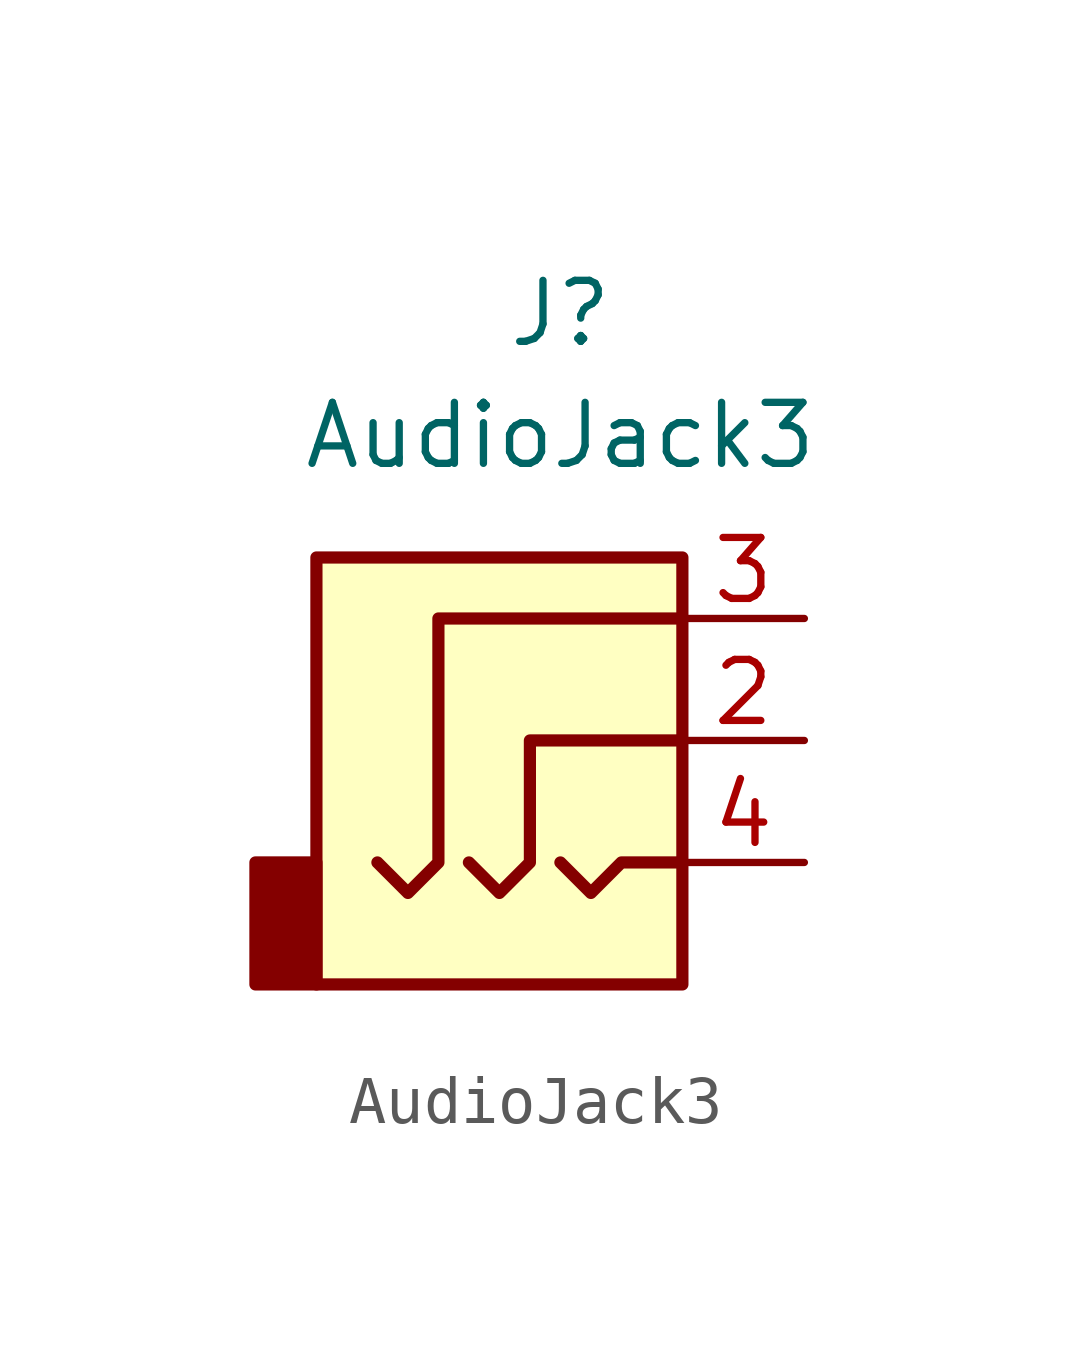
<source format=kicad_sym>
(kicad_symbol_lib
  (version 20211014)
  (generator kicad_symbol_editor)
  (symbol "AudioJack3"
    (property "Reference" "J"
      (at 0 8.89 0)
      (effects (font (size 1.27 1.27))))
    (property "Value" "AudioJack3"
      (at 0 6.35 0)
      (effects (font (size 1.27 1.27))))
    (symbol "AudioJack3_0_1"
      (rectangle (start -5.08 -5.08) (end -6.35 -2.54) (stroke (width 0.254) (type default) (color 0 0 0 0)) (fill (type outline)))
      (polyline (pts (xy 0 -2.54) (xy 0.635 -3.175) (xy 1.27 -2.54) (xy 2.54 -2.54)) (stroke (width 0.254) (type default) (color 0 0 0 0)) (fill (type none)))
      (polyline (pts (xy -1.905 -2.54) (xy -1.27 -3.175) (xy -0.635 -2.54) (xy -0.635 0) (xy 2.54 0)) (stroke (width 0.254) (type default) (color 0 0 0 0)) (fill (type none)))
      (polyline (pts (xy 2.54 2.54) (xy -2.54 2.54) (xy -2.54 -2.54) (xy -3.175 -3.175) (xy -3.81 -2.54)) (stroke (width 0.254) (type default) (color 0 0 0 0)) (fill (type none)))
      (rectangle (start 2.54 3.81) (end -5.08 -5.08) (stroke (width 0.254) (type default) (color 0 0 0 0)) (fill (type background))))
    (symbol "AudioJack3_1_1"
      (pin passive line (at 5.08 0 180) (length 2.54) (name "~" (effects (font (size 1.27 1.27)))) (number "2" (effects (font (size 1.27 1.27)))))
      (pin passive line (at 5.08 2.54 180) (length 2.54) (name "~" (effects (font (size 1.27 1.27)))) (number "3" (effects (font (size 1.27 1.27)))))
      (pin passive line (at 5.08 -2.54 180) (length 2.54) (name "~" (effects (font (size 1.27 1.27)))) (number "4" (effects (font (size 1.27 1.27))))))))
</source>
